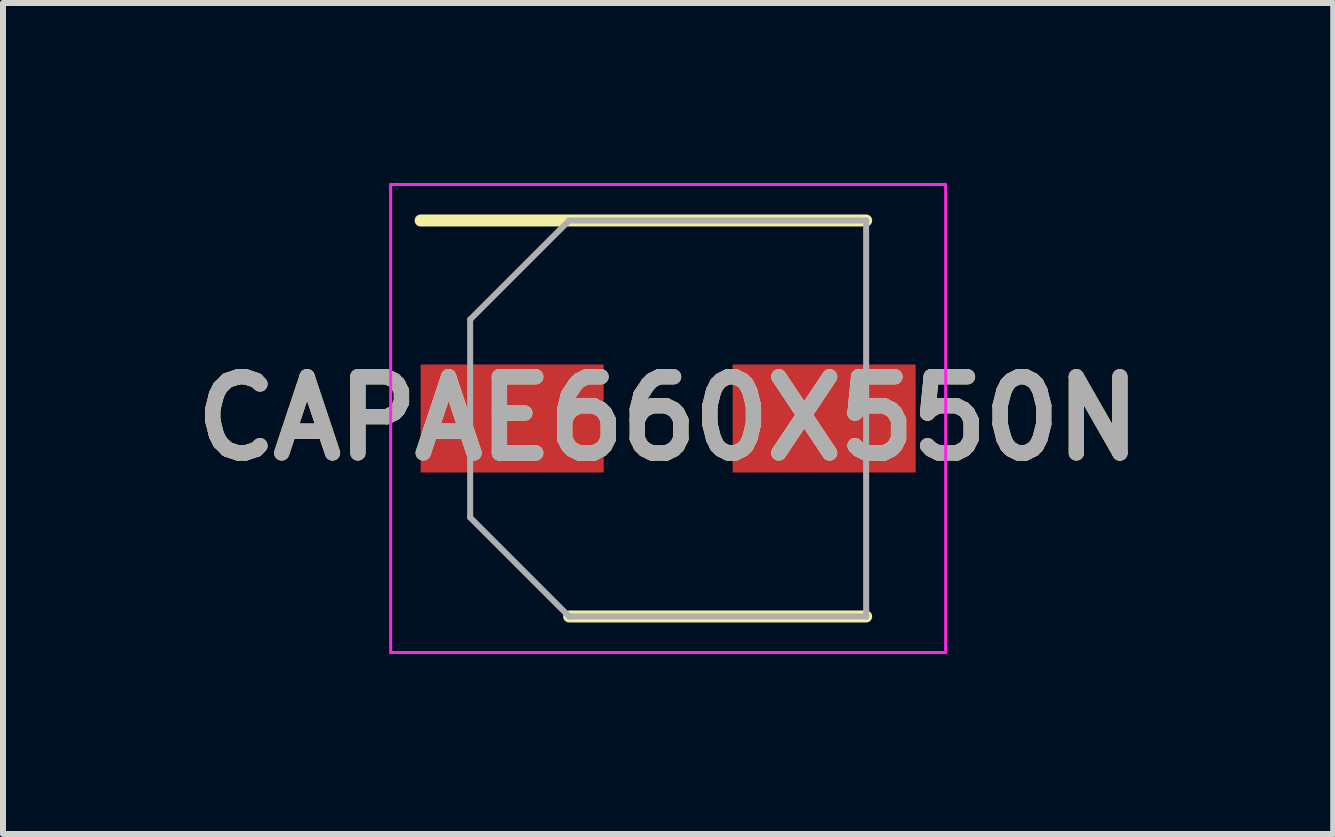
<source format=kicad_pcb>
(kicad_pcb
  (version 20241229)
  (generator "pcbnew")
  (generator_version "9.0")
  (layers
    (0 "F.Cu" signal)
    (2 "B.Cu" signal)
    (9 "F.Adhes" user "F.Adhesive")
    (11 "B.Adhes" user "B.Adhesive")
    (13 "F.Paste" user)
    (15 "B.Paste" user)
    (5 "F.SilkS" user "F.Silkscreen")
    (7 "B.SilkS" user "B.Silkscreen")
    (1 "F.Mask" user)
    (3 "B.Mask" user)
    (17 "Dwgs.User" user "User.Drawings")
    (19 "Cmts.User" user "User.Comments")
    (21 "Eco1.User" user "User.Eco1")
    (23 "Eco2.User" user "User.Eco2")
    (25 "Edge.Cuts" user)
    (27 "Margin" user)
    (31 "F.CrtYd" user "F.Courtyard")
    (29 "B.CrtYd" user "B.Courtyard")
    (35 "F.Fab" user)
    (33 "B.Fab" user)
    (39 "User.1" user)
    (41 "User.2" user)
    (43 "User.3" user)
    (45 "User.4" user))
  (footprint "CAPAE660X550N"
    (layer "F.Cu")
    (at 8.086 3.925)
    (property "Reference" "CAPAE660X550N" (at 0 0 0) (layer "F.SilkS") (effects (font (size 1.27 1.27) (thickness 0.254))))
    (attr smd)
    (fp_line (start -4.125 -3.3) (end 3.3 -3.3) (stroke (width 0.2) (type solid)) (layer "F.SilkS"))
    (fp_line (start -1.65 3.3) (end 3.3 3.3) (stroke (width 0.2) (type solid)) (layer "F.SilkS"))
    (fp_line (start -4.625 -3.9) (end 4.625 -3.9) (stroke (width 0.05) (type solid)) (layer "F.CrtYd"))
    (fp_line (start -4.625 3.9) (end -4.625 -3.9) (stroke (width 0.05) (type solid)) (layer "F.CrtYd"))
    (fp_line (start 4.625 -3.9) (end 4.625 3.9) (stroke (width 0.05) (type solid)) (layer "F.CrtYd"))
    (fp_line (start 4.625 3.9) (end -4.625 3.9) (stroke (width 0.05) (type solid)) (layer "F.CrtYd"))
    (fp_line (start -3.3 -1.65) (end -3.3 1.65) (stroke (width 0.1) (type solid)) (layer "F.Fab"))
    (fp_line (start -3.3 1.65) (end -1.65 3.3) (stroke (width 0.1) (type solid)) (layer "F.Fab"))
    (fp_line (start -1.65 -3.3) (end -3.3 -1.65) (stroke (width 0.1) (type solid)) (layer "F.Fab"))
    (fp_line (start -1.65 3.3) (end 3.3 3.3) (stroke (width 0.1) (type solid)) (layer "F.Fab"))
    (fp_line (start 3.3 -3.3) (end -1.65 -3.3) (stroke (width 0.1) (type solid)) (layer "F.Fab"))
    (fp_line (start 3.3 3.3) (end 3.3 -3.3) (stroke (width 0.1) (type solid)) (layer "F.Fab"))
    (fp_text user "${REFERENCE}" (at 0 0 0) (layer "F.Fab") (effects (font (size 1.27 1.27) (thickness 0.254))))
    (pad "1" smd rect (at -2.6 0 90) (size 1.8 3.05) (layers "F.Cu" "F.Mask" "F.Paste"))
    (pad "2" smd rect (at 2.6 0 90) (size 1.8 3.05) (layers "F.Cu" "F.Mask" "F.Paste")))
  (gr_rect
    (start -3 -3)
    (end 19.171 10.85)
    (stroke (width 0.1) (type default))
    (fill no)
    (layer "Edge.Cuts")))
</source>
